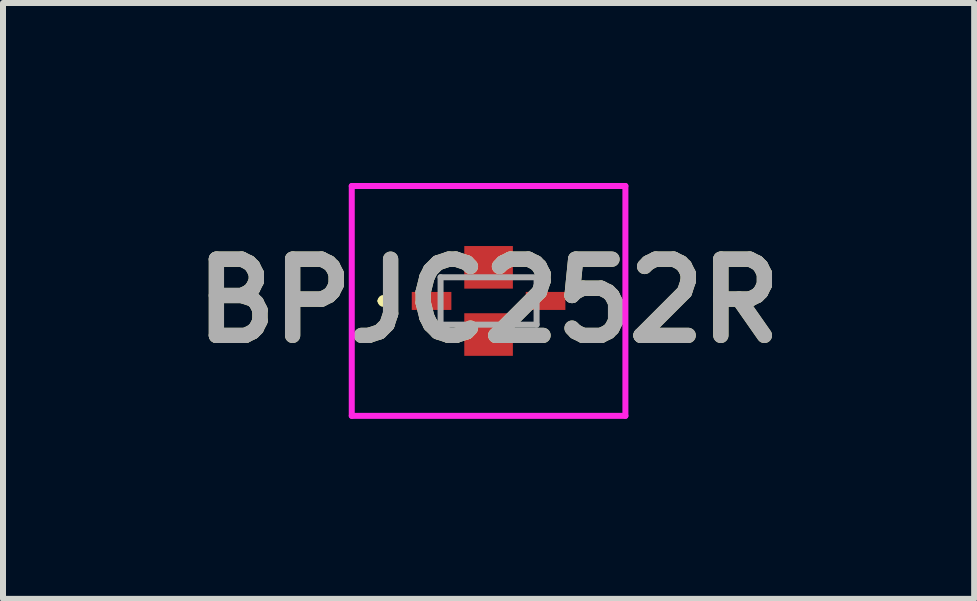
<source format=kicad_pcb>
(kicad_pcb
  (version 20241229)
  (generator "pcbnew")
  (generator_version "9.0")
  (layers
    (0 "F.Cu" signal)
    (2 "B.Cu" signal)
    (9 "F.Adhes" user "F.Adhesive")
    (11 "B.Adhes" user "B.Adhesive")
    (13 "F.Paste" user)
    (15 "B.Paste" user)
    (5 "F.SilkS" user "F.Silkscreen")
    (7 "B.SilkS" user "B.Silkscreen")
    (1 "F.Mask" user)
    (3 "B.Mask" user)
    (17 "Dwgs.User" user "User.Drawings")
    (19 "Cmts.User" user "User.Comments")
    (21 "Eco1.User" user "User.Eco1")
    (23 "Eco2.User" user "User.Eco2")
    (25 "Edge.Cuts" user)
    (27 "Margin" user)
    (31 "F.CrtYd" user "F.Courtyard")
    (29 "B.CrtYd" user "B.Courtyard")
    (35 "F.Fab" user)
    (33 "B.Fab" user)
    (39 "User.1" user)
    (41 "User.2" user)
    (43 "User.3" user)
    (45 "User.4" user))
  (footprint "BPJC252R"
    (layer "F.Cu")
    (at 5.092 1.965)
    (property "Reference" "BPJC252R" (at 0 0 0) (layer "F.SilkS") (effects (font (size 1.27 1.27) (thickness 0.254))))
    (attr smd)
    (fp_line (start -1.8 0) (end -1.8 0) (stroke (width 0.1) (type solid)) (layer "F.SilkS"))
    (fp_line (start -1.7 0) (end -1.7 0) (stroke (width 0.1) (type solid)) (layer "F.SilkS"))
    (fp_arc (start -1.8 0) (mid -1.75 -0.05) (end -1.7 0) (stroke (width 0.1) (type solid)) (layer "F.SilkS"))
    (fp_arc (start -1.7 0) (mid -1.75 0.05) (end -1.8 0) (stroke (width 0.1) (type solid)) (layer "F.SilkS"))
    (fp_line (start -2.28 -1.915) (end 2.28 -1.915) (stroke (width 0.1) (type solid)) (layer "F.CrtYd"))
    (fp_line (start -2.28 1.915) (end -2.28 -1.915) (stroke (width 0.1) (type solid)) (layer "F.CrtYd"))
    (fp_line (start 2.28 -1.915) (end 2.28 1.915) (stroke (width 0.1) (type solid)) (layer "F.CrtYd"))
    (fp_line (start 2.28 1.915) (end -2.28 1.915) (stroke (width 0.1) (type solid)) (layer "F.CrtYd"))
    (fp_line (start -0.8 -0.395) (end -0.8 0.395) (stroke (width 0.1) (type solid)) (layer "F.Fab"))
    (fp_line (start -0.8 0.395) (end 0.8 0.395) (stroke (width 0.1) (type solid)) (layer "F.Fab"))
    (fp_line (start 0.8 -0.395) (end -0.8 -0.395) (stroke (width 0.1) (type solid)) (layer "F.Fab"))
    (fp_line (start 0.8 0.395) (end 0.8 -0.395) (stroke (width 0.1) (type solid)) (layer "F.Fab"))
    (fp_text user "${REFERENCE}" (at 0 0 0) (layer "F.Fab") (effects (font (size 1.27 1.27) (thickness 0.254))))
    (pad "1" smd rect (at -0.95 0 90) (size 0.3 0.66) (layers "F.Cu" "F.Mask" "F.Paste"))
    (pad "2" smd rect (at 0 0.56 90) (size 0.71 0.81) (layers "F.Cu" "F.Mask" "F.Paste"))
    (pad "3" smd rect (at 0.95 0 90) (size 0.3 0.66) (layers "F.Cu" "F.Mask" "F.Paste"))
    (pad "4" smd rect (at 0 -0.56 90) (size 0.71 0.81) (layers "F.Cu" "F.Mask" "F.Paste")))
  (gr_rect
    (start -3 -3)
    (end 13.184 6.93)
    (stroke (width 0.1) (type default))
    (fill no)
    (layer "Edge.Cuts")))
</source>
